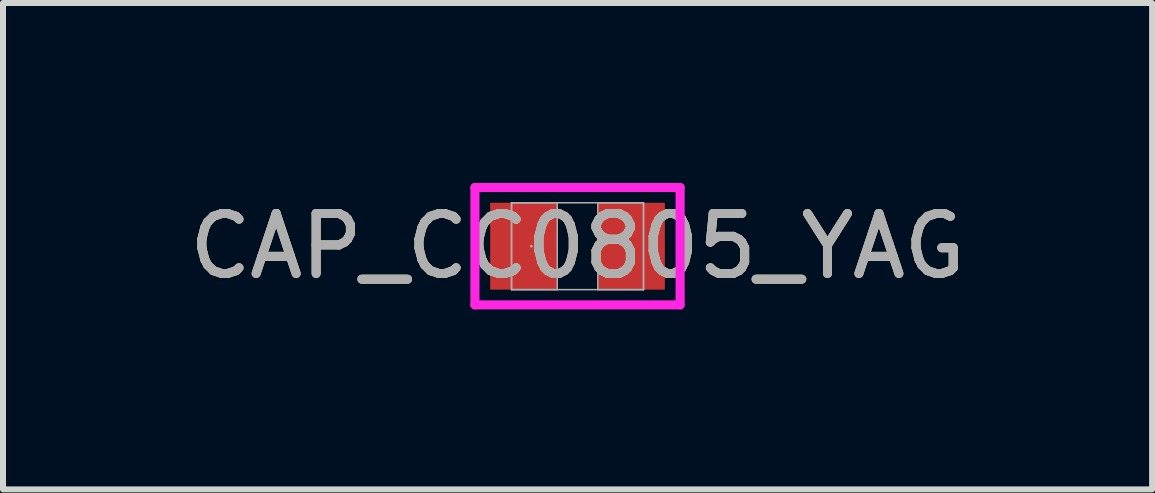
<source format=kicad_pcb>
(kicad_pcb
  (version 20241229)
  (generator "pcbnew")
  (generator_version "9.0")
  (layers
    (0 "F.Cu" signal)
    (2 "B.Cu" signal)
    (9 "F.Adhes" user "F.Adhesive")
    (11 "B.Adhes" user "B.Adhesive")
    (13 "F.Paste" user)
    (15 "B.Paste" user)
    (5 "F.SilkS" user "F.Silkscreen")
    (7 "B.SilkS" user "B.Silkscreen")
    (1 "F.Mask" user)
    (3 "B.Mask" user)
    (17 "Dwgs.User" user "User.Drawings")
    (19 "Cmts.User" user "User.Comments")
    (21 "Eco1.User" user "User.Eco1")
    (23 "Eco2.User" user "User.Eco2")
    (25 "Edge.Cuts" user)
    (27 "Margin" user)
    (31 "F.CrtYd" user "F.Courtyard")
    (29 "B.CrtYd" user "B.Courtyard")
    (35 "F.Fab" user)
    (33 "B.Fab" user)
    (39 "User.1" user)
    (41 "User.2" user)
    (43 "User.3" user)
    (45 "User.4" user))
  (footprint "CAP_CC0805_YAG"
    (layer "F.Cu")
    (at 6.577 1.054)
    (property "Reference" "CAP_CC0805_YAG" (at 0 0 0) (unlocked yes) (layer "F.SilkS") (effects (font (size 1 1) (thickness 0.15))))
    (attr smd)
    (fp_line (start -1.71 -0.978) (end 1.71 -0.978) (stroke (width 0.152) (type solid)) (layer "F.CrtYd"))
    (fp_line (start -1.71 0.978) (end -1.71 -0.978) (stroke (width 0.152) (type solid)) (layer "F.CrtYd"))
    (fp_line (start 1.71 -0.978) (end 1.71 0.978) (stroke (width 0.152) (type solid)) (layer "F.CrtYd"))
    (fp_line (start 1.71 0.978) (end -1.71 0.978) (stroke (width 0.152) (type solid)) (layer "F.CrtYd"))
    (fp_line (start -1.1 -0.724) (end -1.1 0.724) (stroke (width 0.025) (type solid)) (layer "F.Fab"))
    (fp_line (start -1.1 -0.724) (end -1.1 0.724) (stroke (width 0.025) (type solid)) (layer "F.Fab"))
    (fp_line (start -1.1 0.724) (end -0.338 0.724) (stroke (width 0.025) (type solid)) (layer "F.Fab"))
    (fp_line (start -1.1 0.724) (end 1.1 0.724) (stroke (width 0.025) (type solid)) (layer "F.Fab"))
    (fp_line (start -0.338 -0.724) (end -1.1 -0.724) (stroke (width 0.025) (type solid)) (layer "F.Fab"))
    (fp_line (start -0.338 0.724) (end -0.338 -0.724) (stroke (width 0.025) (type solid)) (layer "F.Fab"))
    (fp_line (start 0.338 -0.724) (end 0.338 0.724) (stroke (width 0.025) (type solid)) (layer "F.Fab"))
    (fp_line (start 0.338 0.724) (end 1.1 0.724) (stroke (width 0.025) (type solid)) (layer "F.Fab"))
    (fp_line (start 1.1 -0.724) (end -1.1 -0.724) (stroke (width 0.025) (type solid)) (layer "F.Fab"))
    (fp_line (start 1.1 -0.724) (end 0.338 -0.724) (stroke (width 0.025) (type solid)) (layer "F.Fab"))
    (fp_line (start 1.1 0.724) (end 1.1 -0.724) (stroke (width 0.025) (type solid)) (layer "F.Fab"))
    (fp_line (start 1.1 0.724) (end 1.1 -0.724) (stroke (width 0.025) (type solid)) (layer "F.Fab"))
    (fp_circle (center -0.77 0) (end -0.77 0) (stroke (width 0.025) (type solid)) (fill no) (layer "F.Fab"))
    (fp_text user "${REFERENCE}" (at 0 0 0) (unlocked yes) (layer "F.Fab") (effects (font (size 1 1) (thickness 0.15))))
    (pad "1" smd rect (at -0.897 0) (size 1.118 1.448) (layers "F.Cu" "F.Mask" "F.Paste"))
    (pad "2" smd rect (at 0.897 0) (size 1.118 1.448) (layers "F.Cu" "F.Mask" "F.Paste"))
    (zone (net_name "") (layer "F.Cu") (hatch full 0.508) (connect_pads) (min_thickness 0.254) (filled_areas_thickness no) (keepout (tracks not_allowed) (vias not_allowed) (pads allowed) (copperpour not_allowed) (footprints allowed)) (placement (enabled no)) (fill) (polygon (pts (xy 6.29 0.381) (xy 6.865 0.381) (xy 6.865 1.727) (xy 6.29 1.727)))))
  (gr_rect
    (start -3 -3)
    (end 16.155 5.108)
    (stroke (width 0.1) (type default))
    (fill no)
    (layer "Edge.Cuts")))
</source>
